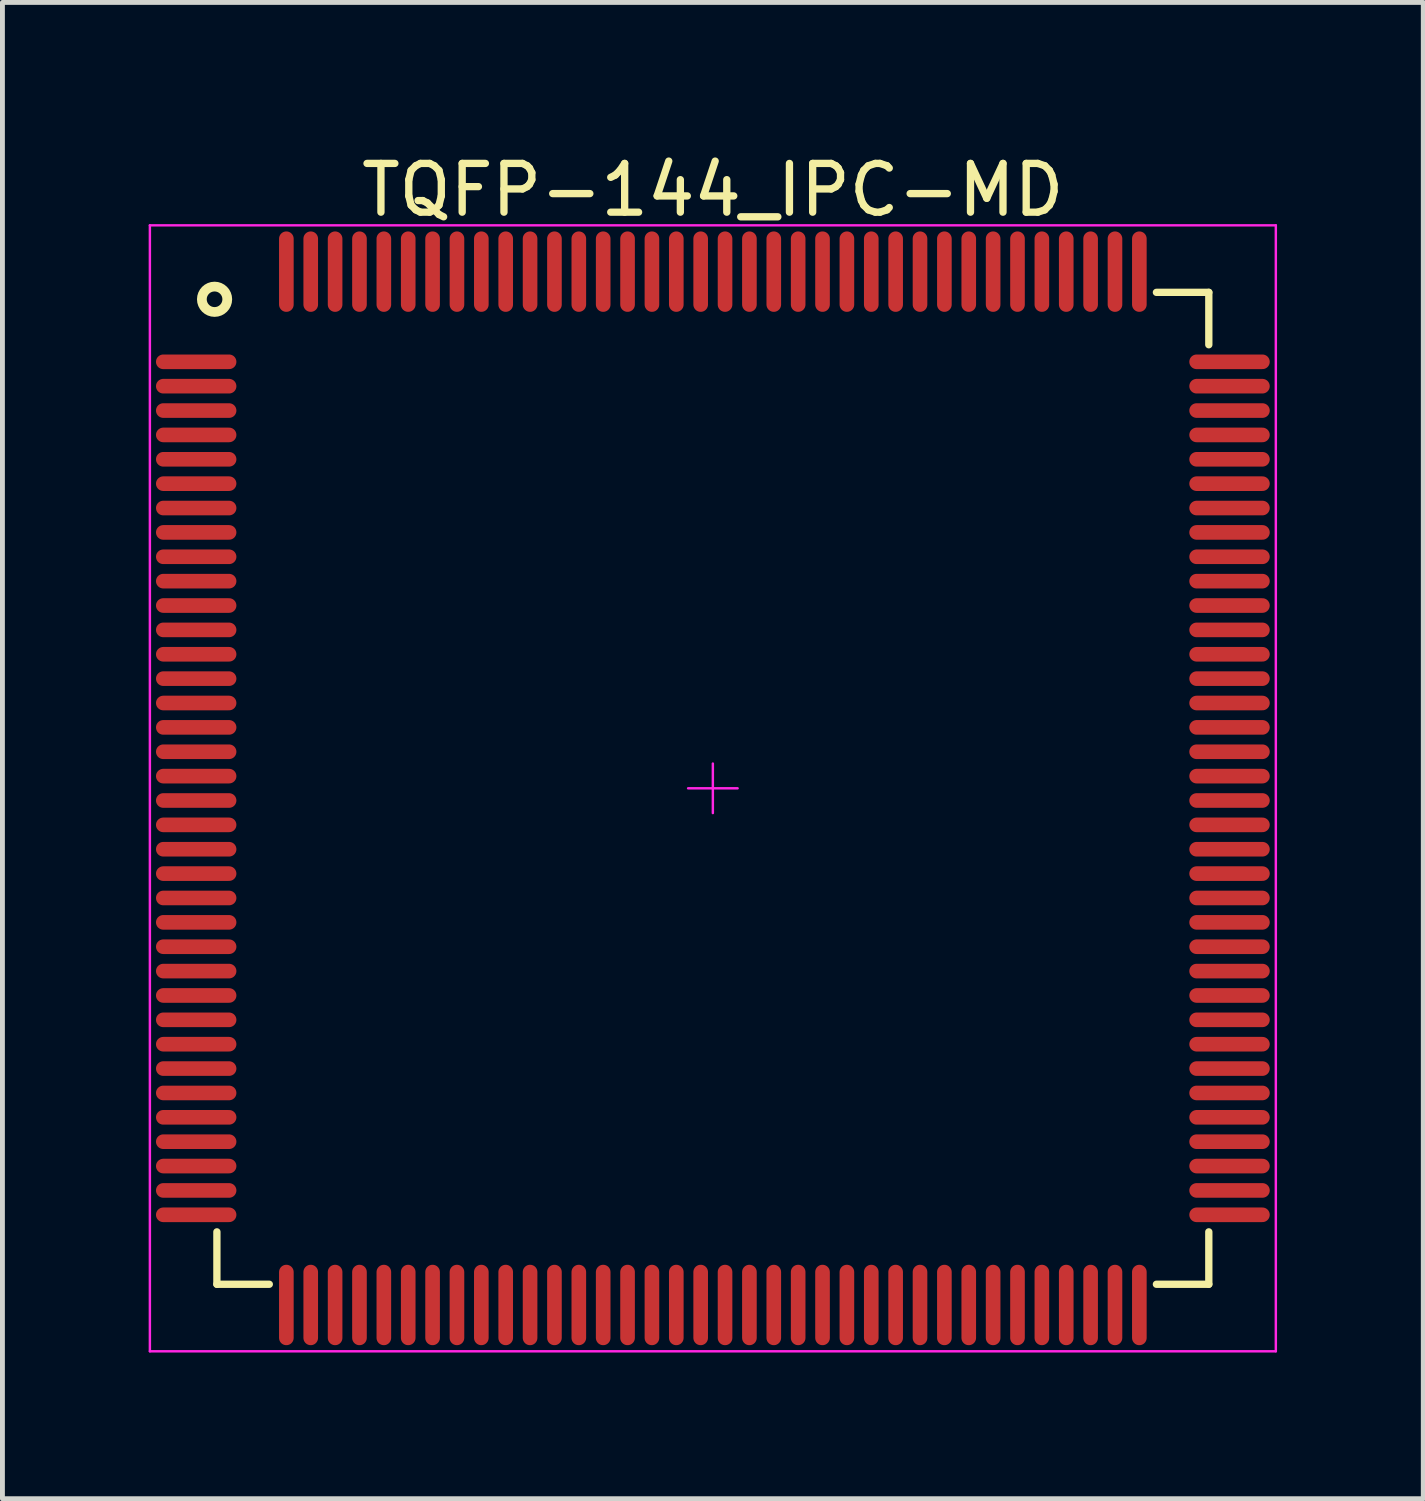
<source format=kicad_pcb>
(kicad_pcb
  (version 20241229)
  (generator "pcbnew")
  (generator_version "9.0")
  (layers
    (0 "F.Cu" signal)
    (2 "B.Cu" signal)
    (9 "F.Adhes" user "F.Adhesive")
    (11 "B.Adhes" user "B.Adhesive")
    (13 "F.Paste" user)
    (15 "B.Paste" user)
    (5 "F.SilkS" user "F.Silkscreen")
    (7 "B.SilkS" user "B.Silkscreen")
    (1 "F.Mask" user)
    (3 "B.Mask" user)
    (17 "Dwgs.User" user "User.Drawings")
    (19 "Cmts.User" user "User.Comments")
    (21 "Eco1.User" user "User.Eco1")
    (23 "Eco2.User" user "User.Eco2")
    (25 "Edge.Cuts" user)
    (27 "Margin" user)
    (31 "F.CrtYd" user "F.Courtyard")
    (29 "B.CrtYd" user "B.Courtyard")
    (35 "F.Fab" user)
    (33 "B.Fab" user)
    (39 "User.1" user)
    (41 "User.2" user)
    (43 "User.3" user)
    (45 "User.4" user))
  (footprint "TQFP-144_IPC-MD"
    (layer "F.Cu")
    (at 11.575 13.123)
    (property "Reference" "TQFP-144_IPC-MD" (at 0 -12.275 0) (layer "F.SilkS") (effects (font (size 1 1) (thickness 0.15))))
    (attr smd)
    (fp_line (start -10.175 10.175) (end -10.175 9.1) (stroke (width 0.15) (type solid)) (layer "F.SilkS"))
    (fp_line (start -10.175 10.175) (end -9.1 10.175) (stroke (width 0.15) (type solid)) (layer "F.SilkS"))
    (fp_line (start 10.175 -10.175) (end 9.1 -10.175) (stroke (width 0.15) (type solid)) (layer "F.SilkS"))
    (fp_line (start 10.175 -10.175) (end 10.175 -9.1) (stroke (width 0.15) (type solid)) (layer "F.SilkS"))
    (fp_line (start 10.175 10.175) (end 9.1 10.175) (stroke (width 0.15) (type solid)) (layer "F.SilkS"))
    (fp_line (start 10.175 10.175) (end 10.175 9.1) (stroke (width 0.15) (type solid)) (layer "F.SilkS"))
    (fp_circle (center -10.223 -10.033) (end -9.97 -9.97) (stroke (width 0.2) (type solid)) (fill no) (layer "F.SilkS"))
    (fp_line (start -11.55 -11.55) (end -11.55 11.55) (stroke (width 0.05) (type solid)) (layer "F.CrtYd"))
    (fp_line (start -11.55 -11.55) (end 11.55 -11.55) (stroke (width 0.05) (type solid)) (layer "F.CrtYd"))
    (fp_line (start -11.55 11.55) (end 11.55 11.55) (stroke (width 0.05) (type solid)) (layer "F.CrtYd"))
    (fp_line (start -0.508 0) (end 0.508 0) (stroke (width 0.05) (type solid)) (layer "F.CrtYd"))
    (fp_line (start 0 -0.508) (end 0 0.508) (stroke (width 0.05) (type solid)) (layer "F.CrtYd"))
    (fp_line (start 11.55 -11.55) (end 11.55 11.55) (stroke (width 0.05) (type solid)) (layer "F.CrtYd"))
    (pad "1" smd oval (at -10.6 -8.75) (size 1.65 0.3) (layers "F.Cu" "F.Mask" "F.Paste"))
    (pad "2" smd oval (at -10.6 -8.25) (size 1.65 0.3) (layers "F.Cu" "F.Mask" "F.Paste"))
    (pad "3" smd oval (at -10.6 -7.75) (size 1.65 0.3) (layers "F.Cu" "F.Mask" "F.Paste"))
    (pad "4" smd oval (at -10.6 -7.25) (size 1.65 0.3) (layers "F.Cu" "F.Mask" "F.Paste"))
    (pad "5" smd oval (at -10.6 -6.75) (size 1.65 0.3) (layers "F.Cu" "F.Mask" "F.Paste"))
    (pad "6" smd oval (at -10.6 -6.25) (size 1.65 0.3) (layers "F.Cu" "F.Mask" "F.Paste"))
    (pad "7" smd oval (at -10.6 -5.75) (size 1.65 0.3) (layers "F.Cu" "F.Mask" "F.Paste"))
    (pad "8" smd oval (at -10.6 -5.25) (size 1.65 0.3) (layers "F.Cu" "F.Mask" "F.Paste"))
    (pad "9" smd oval (at -10.6 -4.75) (size 1.65 0.3) (layers "F.Cu" "F.Mask" "F.Paste"))
    (pad "10" smd oval (at -10.6 -4.25) (size 1.65 0.3) (layers "F.Cu" "F.Mask" "F.Paste"))
    (pad "11" smd oval (at -10.6 -3.75) (size 1.65 0.3) (layers "F.Cu" "F.Mask" "F.Paste"))
    (pad "12" smd oval (at -10.6 -3.25) (size 1.65 0.3) (layers "F.Cu" "F.Mask" "F.Paste"))
    (pad "13" smd oval (at -10.6 -2.75) (size 1.65 0.3) (layers "F.Cu" "F.Mask" "F.Paste"))
    (pad "14" smd oval (at -10.6 -2.25) (size 1.65 0.3) (layers "F.Cu" "F.Mask" "F.Paste"))
    (pad "15" smd oval (at -10.6 -1.75) (size 1.65 0.3) (layers "F.Cu" "F.Mask" "F.Paste"))
    (pad "16" smd oval (at -10.6 -1.25) (size 1.65 0.3) (layers "F.Cu" "F.Mask" "F.Paste"))
    (pad "17" smd oval (at -10.6 -0.75) (size 1.65 0.3) (layers "F.Cu" "F.Mask" "F.Paste"))
    (pad "18" smd oval (at -10.6 -0.25) (size 1.65 0.3) (layers "F.Cu" "F.Mask" "F.Paste"))
    (pad "19" smd oval (at -10.6 0.25) (size 1.65 0.3) (layers "F.Cu" "F.Mask" "F.Paste"))
    (pad "20" smd oval (at -10.6 0.75) (size 1.65 0.3) (layers "F.Cu" "F.Mask" "F.Paste"))
    (pad "21" smd oval (at -10.6 1.25) (size 1.65 0.3) (layers "F.Cu" "F.Mask" "F.Paste"))
    (pad "22" smd oval (at -10.6 1.75) (size 1.65 0.3) (layers "F.Cu" "F.Mask" "F.Paste"))
    (pad "23" smd oval (at -10.6 2.25) (size 1.65 0.3) (layers "F.Cu" "F.Mask" "F.Paste"))
    (pad "24" smd oval (at -10.6 2.75) (size 1.65 0.3) (layers "F.Cu" "F.Mask" "F.Paste"))
    (pad "25" smd oval (at -10.6 3.25) (size 1.65 0.3) (layers "F.Cu" "F.Mask" "F.Paste"))
    (pad "26" smd oval (at -10.6 3.75) (size 1.65 0.3) (layers "F.Cu" "F.Mask" "F.Paste"))
    (pad "27" smd oval (at -10.6 4.25) (size 1.65 0.3) (layers "F.Cu" "F.Mask" "F.Paste"))
    (pad "28" smd oval (at -10.6 4.75) (size 1.65 0.3) (layers "F.Cu" "F.Mask" "F.Paste"))
    (pad "29" smd oval (at -10.6 5.25) (size 1.65 0.3) (layers "F.Cu" "F.Mask" "F.Paste"))
    (pad "30" smd oval (at -10.6 5.75) (size 1.65 0.3) (layers "F.Cu" "F.Mask" "F.Paste"))
    (pad "31" smd oval (at -10.6 6.25) (size 1.65 0.3) (layers "F.Cu" "F.Mask" "F.Paste"))
    (pad "32" smd oval (at -10.6 6.75) (size 1.65 0.3) (layers "F.Cu" "F.Mask" "F.Paste"))
    (pad "33" smd oval (at -10.6 7.25) (size 1.65 0.3) (layers "F.Cu" "F.Mask" "F.Paste"))
    (pad "34" smd oval (at -10.6 7.75) (size 1.65 0.3) (layers "F.Cu" "F.Mask" "F.Paste"))
    (pad "35" smd oval (at -10.6 8.25) (size 1.65 0.3) (layers "F.Cu" "F.Mask" "F.Paste"))
    (pad "36" smd oval (at -10.6 8.75) (size 1.65 0.3) (layers "F.Cu" "F.Mask" "F.Paste"))
    (pad "37" smd oval (at -8.75 10.6 90) (size 1.65 0.3) (layers "F.Cu" "F.Mask" "F.Paste"))
    (pad "38" smd oval (at -8.25 10.6 90) (size 1.65 0.3) (layers "F.Cu" "F.Mask" "F.Paste"))
    (pad "39" smd oval (at -7.75 10.6 90) (size 1.65 0.3) (layers "F.Cu" "F.Mask" "F.Paste"))
    (pad "40" smd oval (at -7.25 10.6 90) (size 1.65 0.3) (layers "F.Cu" "F.Mask" "F.Paste"))
    (pad "41" smd oval (at -6.75 10.6 90) (size 1.65 0.3) (layers "F.Cu" "F.Mask" "F.Paste"))
    (pad "42" smd oval (at -6.25 10.6 90) (size 1.65 0.3) (layers "F.Cu" "F.Mask" "F.Paste"))
    (pad "43" smd oval (at -5.75 10.6 90) (size 1.65 0.3) (layers "F.Cu" "F.Mask" "F.Paste"))
    (pad "44" smd oval (at -5.25 10.6 90) (size 1.65 0.3) (layers "F.Cu" "F.Mask" "F.Paste"))
    (pad "45" smd oval (at -4.75 10.6 90) (size 1.65 0.3) (layers "F.Cu" "F.Mask" "F.Paste"))
    (pad "46" smd oval (at -4.25 10.6 90) (size 1.65 0.3) (layers "F.Cu" "F.Mask" "F.Paste"))
    (pad "47" smd oval (at -3.75 10.6 90) (size 1.65 0.3) (layers "F.Cu" "F.Mask" "F.Paste"))
    (pad "48" smd oval (at -3.25 10.6 90) (size 1.65 0.3) (layers "F.Cu" "F.Mask" "F.Paste"))
    (pad "49" smd oval (at -2.75 10.6 90) (size 1.65 0.3) (layers "F.Cu" "F.Mask" "F.Paste"))
    (pad "50" smd oval (at -2.25 10.6 90) (size 1.65 0.3) (layers "F.Cu" "F.Mask" "F.Paste"))
    (pad "51" smd oval (at -1.75 10.6 90) (size 1.65 0.3) (layers "F.Cu" "F.Mask" "F.Paste"))
    (pad "52" smd oval (at -1.25 10.6 90) (size 1.65 0.3) (layers "F.Cu" "F.Mask" "F.Paste"))
    (pad "53" smd oval (at -0.75 10.6 90) (size 1.65 0.3) (layers "F.Cu" "F.Mask" "F.Paste"))
    (pad "54" smd oval (at -0.25 10.6 90) (size 1.65 0.3) (layers "F.Cu" "F.Mask" "F.Paste"))
    (pad "55" smd oval (at 0.25 10.6 90) (size 1.65 0.3) (layers "F.Cu" "F.Mask" "F.Paste"))
    (pad "56" smd oval (at 0.75 10.6 90) (size 1.65 0.3) (layers "F.Cu" "F.Mask" "F.Paste"))
    (pad "57" smd oval (at 1.25 10.6 90) (size 1.65 0.3) (layers "F.Cu" "F.Mask" "F.Paste"))
    (pad "58" smd oval (at 1.75 10.6 90) (size 1.65 0.3) (layers "F.Cu" "F.Mask" "F.Paste"))
    (pad "59" smd oval (at 2.25 10.6 90) (size 1.65 0.3) (layers "F.Cu" "F.Mask" "F.Paste"))
    (pad "60" smd oval (at 2.75 10.6 90) (size 1.65 0.3) (layers "F.Cu" "F.Mask" "F.Paste"))
    (pad "61" smd oval (at 3.25 10.6 90) (size 1.65 0.3) (layers "F.Cu" "F.Mask" "F.Paste"))
    (pad "62" smd oval (at 3.75 10.6 90) (size 1.65 0.3) (layers "F.Cu" "F.Mask" "F.Paste"))
    (pad "63" smd oval (at 4.25 10.6 90) (size 1.65 0.3) (layers "F.Cu" "F.Mask" "F.Paste"))
    (pad "64" smd oval (at 4.75 10.6 90) (size 1.65 0.3) (layers "F.Cu" "F.Mask" "F.Paste"))
    (pad "65" smd oval (at 5.25 10.6 90) (size 1.65 0.3) (layers "F.Cu" "F.Mask" "F.Paste"))
    (pad "66" smd oval (at 5.75 10.6 90) (size 1.65 0.3) (layers "F.Cu" "F.Mask" "F.Paste"))
    (pad "67" smd oval (at 6.25 10.6 90) (size 1.65 0.3) (layers "F.Cu" "F.Mask" "F.Paste"))
    (pad "68" smd oval (at 6.75 10.6 90) (size 1.65 0.3) (layers "F.Cu" "F.Mask" "F.Paste"))
    (pad "69" smd oval (at 7.25 10.6 90) (size 1.65 0.3) (layers "F.Cu" "F.Mask" "F.Paste"))
    (pad "70" smd oval (at 7.75 10.6 90) (size 1.65 0.3) (layers "F.Cu" "F.Mask" "F.Paste"))
    (pad "71" smd oval (at 8.25 10.6 90) (size 1.65 0.3) (layers "F.Cu" "F.Mask" "F.Paste"))
    (pad "72" smd oval (at 8.75 10.6 90) (size 1.65 0.3) (layers "F.Cu" "F.Mask" "F.Paste"))
    (pad "73" smd oval (at 10.6 8.75) (size 1.65 0.3) (layers "F.Cu" "F.Mask" "F.Paste"))
    (pad "74" smd oval (at 10.6 8.25) (size 1.65 0.3) (layers "F.Cu" "F.Mask" "F.Paste"))
    (pad "75" smd oval (at 10.6 7.75) (size 1.65 0.3) (layers "F.Cu" "F.Mask" "F.Paste"))
    (pad "76" smd oval (at 10.6 7.25) (size 1.65 0.3) (layers "F.Cu" "F.Mask" "F.Paste"))
    (pad "77" smd oval (at 10.6 6.75) (size 1.65 0.3) (layers "F.Cu" "F.Mask" "F.Paste"))
    (pad "78" smd oval (at 10.6 6.25) (size 1.65 0.3) (layers "F.Cu" "F.Mask" "F.Paste"))
    (pad "79" smd oval (at 10.6 5.75) (size 1.65 0.3) (layers "F.Cu" "F.Mask" "F.Paste"))
    (pad "80" smd oval (at 10.6 5.25) (size 1.65 0.3) (layers "F.Cu" "F.Mask" "F.Paste"))
    (pad "81" smd oval (at 10.6 4.75) (size 1.65 0.3) (layers "F.Cu" "F.Mask" "F.Paste"))
    (pad "82" smd oval (at 10.6 4.25) (size 1.65 0.3) (layers "F.Cu" "F.Mask" "F.Paste"))
    (pad "83" smd oval (at 10.6 3.75) (size 1.65 0.3) (layers "F.Cu" "F.Mask" "F.Paste"))
    (pad "84" smd oval (at 10.6 3.25) (size 1.65 0.3) (layers "F.Cu" "F.Mask" "F.Paste"))
    (pad "85" smd oval (at 10.6 2.75) (size 1.65 0.3) (layers "F.Cu" "F.Mask" "F.Paste"))
    (pad "86" smd oval (at 10.6 2.25) (size 1.65 0.3) (layers "F.Cu" "F.Mask" "F.Paste"))
    (pad "87" smd oval (at 10.6 1.75) (size 1.65 0.3) (layers "F.Cu" "F.Mask" "F.Paste"))
    (pad "88" smd oval (at 10.6 1.25) (size 1.65 0.3) (layers "F.Cu" "F.Mask" "F.Paste"))
    (pad "89" smd oval (at 10.6 0.75) (size 1.65 0.3) (layers "F.Cu" "F.Mask" "F.Paste"))
    (pad "90" smd oval (at 10.6 0.25) (size 1.65 0.3) (layers "F.Cu" "F.Mask" "F.Paste"))
    (pad "91" smd oval (at 10.6 -0.25) (size 1.65 0.3) (layers "F.Cu" "F.Mask" "F.Paste"))
    (pad "92" smd oval (at 10.6 -0.75) (size 1.65 0.3) (layers "F.Cu" "F.Mask" "F.Paste"))
    (pad "93" smd oval (at 10.6 -1.25) (size 1.65 0.3) (layers "F.Cu" "F.Mask" "F.Paste"))
    (pad "94" smd oval (at 10.6 -1.75) (size 1.65 0.3) (layers "F.Cu" "F.Mask" "F.Paste"))
    (pad "95" smd oval (at 10.6 -2.25) (size 1.65 0.3) (layers "F.Cu" "F.Mask" "F.Paste"))
    (pad "96" smd oval (at 10.6 -2.75) (size 1.65 0.3) (layers "F.Cu" "F.Mask" "F.Paste"))
    (pad "97" smd oval (at 10.6 -3.25) (size 1.65 0.3) (layers "F.Cu" "F.Mask" "F.Paste"))
    (pad "98" smd oval (at 10.6 -3.75) (size 1.65 0.3) (layers "F.Cu" "F.Mask" "F.Paste"))
    (pad "99" smd oval (at 10.6 -4.25) (size 1.65 0.3) (layers "F.Cu" "F.Mask" "F.Paste"))
    (pad "100" smd oval (at 10.6 -4.75) (size 1.65 0.3) (layers "F.Cu" "F.Mask" "F.Paste"))
    (pad "101" smd oval (at 10.6 -5.25) (size 1.65 0.3) (layers "F.Cu" "F.Mask" "F.Paste"))
    (pad "102" smd oval (at 10.6 -5.75) (size 1.65 0.3) (layers "F.Cu" "F.Mask" "F.Paste"))
    (pad "103" smd oval (at 10.6 -6.25) (size 1.65 0.3) (layers "F.Cu" "F.Mask" "F.Paste"))
    (pad "104" smd oval (at 10.6 -6.75) (size 1.65 0.3) (layers "F.Cu" "F.Mask" "F.Paste"))
    (pad "105" smd oval (at 10.6 -7.25) (size 1.65 0.3) (layers "F.Cu" "F.Mask" "F.Paste"))
    (pad "106" smd oval (at 10.6 -7.75) (size 1.65 0.3) (layers "F.Cu" "F.Mask" "F.Paste"))
    (pad "107" smd oval (at 10.6 -8.25) (size 1.65 0.3) (layers "F.Cu" "F.Mask" "F.Paste"))
    (pad "108" smd oval (at 10.6 -8.75) (size 1.65 0.3) (layers "F.Cu" "F.Mask" "F.Paste"))
    (pad "109" smd oval (at 8.75 -10.6 90) (size 1.65 0.3) (layers "F.Cu" "F.Mask" "F.Paste"))
    (pad "110" smd oval (at 8.25 -10.6 90) (size 1.65 0.3) (layers "F.Cu" "F.Mask" "F.Paste"))
    (pad "111" smd oval (at 7.75 -10.6 90) (size 1.65 0.3) (layers "F.Cu" "F.Mask" "F.Paste"))
    (pad "112" smd oval (at 7.25 -10.6 90) (size 1.65 0.3) (layers "F.Cu" "F.Mask" "F.Paste"))
    (pad "113" smd oval (at 6.75 -10.6 90) (size 1.65 0.3) (layers "F.Cu" "F.Mask" "F.Paste"))
    (pad "114" smd oval (at 6.25 -10.6 90) (size 1.65 0.3) (layers "F.Cu" "F.Mask" "F.Paste"))
    (pad "115" smd oval (at 5.75 -10.6 90) (size 1.65 0.3) (layers "F.Cu" "F.Mask" "F.Paste"))
    (pad "116" smd oval (at 5.25 -10.6 90) (size 1.65 0.3) (layers "F.Cu" "F.Mask" "F.Paste"))
    (pad "117" smd oval (at 4.75 -10.6 90) (size 1.65 0.3) (layers "F.Cu" "F.Mask" "F.Paste"))
    (pad "118" smd oval (at 4.25 -10.6 90) (size 1.65 0.3) (layers "F.Cu" "F.Mask" "F.Paste"))
    (pad "119" smd oval (at 3.75 -10.6 90) (size 1.65 0.3) (layers "F.Cu" "F.Mask" "F.Paste"))
    (pad "120" smd oval (at 3.25 -10.6 90) (size 1.65 0.3) (layers "F.Cu" "F.Mask" "F.Paste"))
    (pad "121" smd oval (at 2.75 -10.6 90) (size 1.65 0.3) (layers "F.Cu" "F.Mask" "F.Paste"))
    (pad "122" smd oval (at 2.25 -10.6 90) (size 1.65 0.3) (layers "F.Cu" "F.Mask" "F.Paste"))
    (pad "123" smd oval (at 1.75 -10.6 90) (size 1.65 0.3) (layers "F.Cu" "F.Mask" "F.Paste"))
    (pad "124" smd oval (at 1.25 -10.6 90) (size 1.65 0.3) (layers "F.Cu" "F.Mask" "F.Paste"))
    (pad "125" smd oval (at 0.75 -10.6 90) (size 1.65 0.3) (layers "F.Cu" "F.Mask" "F.Paste"))
    (pad "126" smd oval (at 0.25 -10.6 90) (size 1.65 0.3) (layers "F.Cu" "F.Mask" "F.Paste"))
    (pad "127" smd oval (at -0.25 -10.6 90) (size 1.65 0.3) (layers "F.Cu" "F.Mask" "F.Paste"))
    (pad "128" smd oval (at -0.75 -10.6 90) (size 1.65 0.3) (layers "F.Cu" "F.Mask" "F.Paste"))
    (pad "129" smd oval (at -1.25 -10.6 90) (size 1.65 0.3) (layers "F.Cu" "F.Mask" "F.Paste"))
    (pad "130" smd oval (at -1.75 -10.6 90) (size 1.65 0.3) (layers "F.Cu" "F.Mask" "F.Paste"))
    (pad "131" smd oval (at -2.25 -10.6 90) (size 1.65 0.3) (layers "F.Cu" "F.Mask" "F.Paste"))
    (pad "132" smd oval (at -2.75 -10.6 90) (size 1.65 0.3) (layers "F.Cu" "F.Mask" "F.Paste"))
    (pad "133" smd oval (at -3.25 -10.6 90) (size 1.65 0.3) (layers "F.Cu" "F.Mask" "F.Paste"))
    (pad "134" smd oval (at -3.75 -10.6 90) (size 1.65 0.3) (layers "F.Cu" "F.Mask" "F.Paste"))
    (pad "135" smd oval (at -4.25 -10.6 90) (size 1.65 0.3) (layers "F.Cu" "F.Mask" "F.Paste"))
    (pad "136" smd oval (at -4.75 -10.6 90) (size 1.65 0.3) (layers "F.Cu" "F.Mask" "F.Paste"))
    (pad "137" smd oval (at -5.25 -10.6 90) (size 1.65 0.3) (layers "F.Cu" "F.Mask" "F.Paste"))
    (pad "138" smd oval (at -5.75 -10.6 90) (size 1.65 0.3) (layers "F.Cu" "F.Mask" "F.Paste"))
    (pad "139" smd oval (at -6.25 -10.6 90) (size 1.65 0.3) (layers "F.Cu" "F.Mask" "F.Paste"))
    (pad "140" smd oval (at -6.75 -10.6 90) (size 1.65 0.3) (layers "F.Cu" "F.Mask" "F.Paste"))
    (pad "141" smd oval (at -7.25 -10.6 90) (size 1.65 0.3) (layers "F.Cu" "F.Mask" "F.Paste"))
    (pad "142" smd oval (at -7.75 -10.6 90) (size 1.65 0.3) (layers "F.Cu" "F.Mask" "F.Paste"))
    (pad "143" smd oval (at -8.25 -10.6 90) (size 1.65 0.3) (layers "F.Cu" "F.Mask" "F.Paste"))
    (pad "144" smd oval (at -8.75 -10.6 90) (size 1.65 0.3) (layers "F.Cu" "F.Mask" "F.Paste")))
  (gr_rect
    (start -3 -3)
    (end 26.15 27.698)
    (stroke (width 0.1) (type default))
    (fill no)
    (layer "Edge.Cuts")))
</source>
